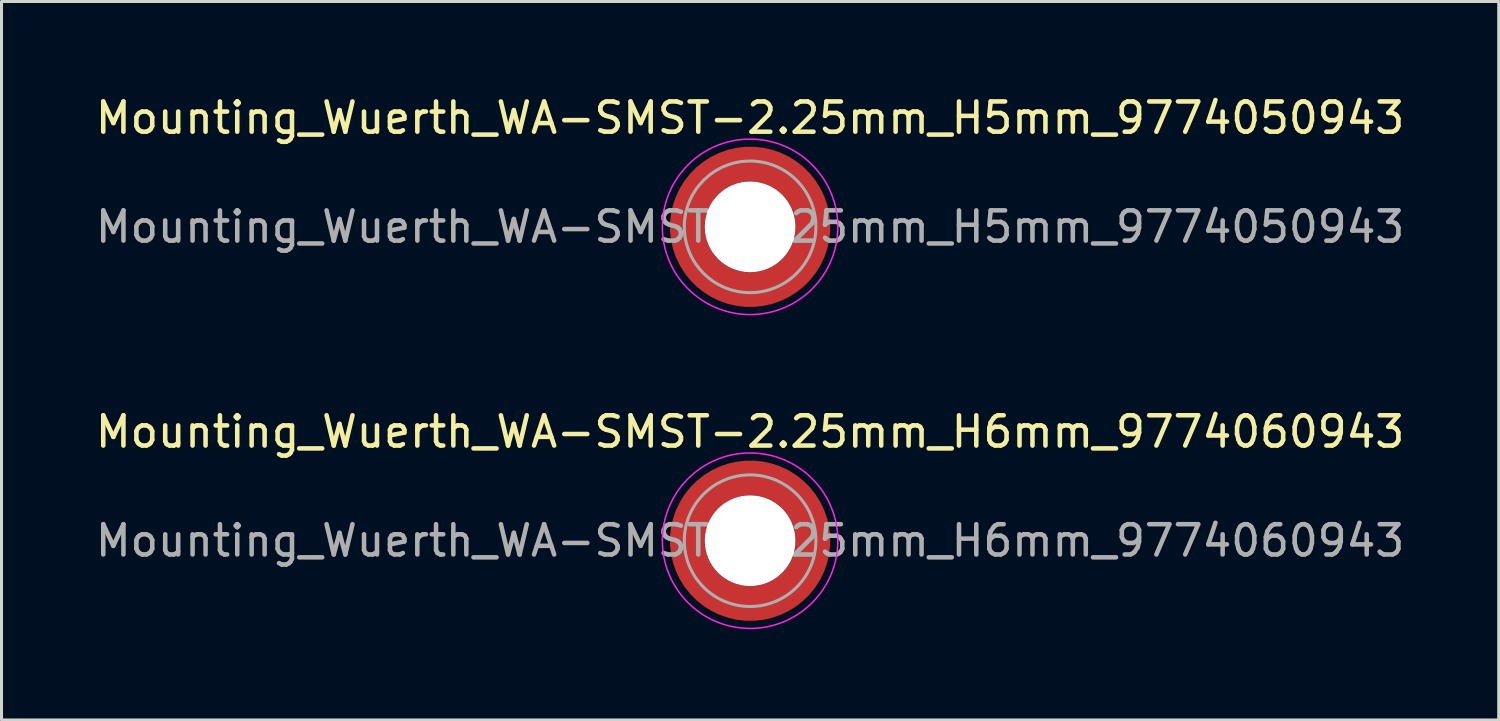
<source format=kicad_pcb>
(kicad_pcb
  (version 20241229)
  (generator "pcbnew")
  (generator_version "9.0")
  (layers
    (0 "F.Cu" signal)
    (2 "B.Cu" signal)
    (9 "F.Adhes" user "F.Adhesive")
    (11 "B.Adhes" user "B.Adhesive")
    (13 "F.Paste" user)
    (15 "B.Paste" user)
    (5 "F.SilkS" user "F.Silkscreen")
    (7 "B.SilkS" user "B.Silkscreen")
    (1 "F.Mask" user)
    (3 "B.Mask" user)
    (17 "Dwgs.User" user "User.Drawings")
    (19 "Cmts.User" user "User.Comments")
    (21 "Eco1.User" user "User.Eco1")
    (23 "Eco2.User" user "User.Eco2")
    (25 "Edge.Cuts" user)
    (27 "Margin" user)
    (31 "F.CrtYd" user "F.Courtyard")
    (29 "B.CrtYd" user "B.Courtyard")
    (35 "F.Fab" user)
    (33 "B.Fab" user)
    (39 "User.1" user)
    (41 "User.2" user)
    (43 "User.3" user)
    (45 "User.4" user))
  (footprint "Mounting_Wuerth_WA-SMST-2.25mm_H6mm_9774060943"
    (layer "F.Cu")
    (at 21.744 14.822)
    (property "Reference" "Mounting_Wuerth_WA-SMST-2.25mm_H6mm_9774060943" (at 0 -3.6 0) (layer "F.SilkS") (effects (font (size 1 1) (thickness 0.15))))
    (attr smd)
    (fp_circle (center 0 0) (end 2.9 0) (stroke (width 0.05) (type solid)) (fill no) (layer "F.CrtYd"))
    (fp_circle (center 0 0) (end 2.175 0) (stroke (width 0.1) (type solid)) (fill no) (layer "F.Fab"))
    (fp_text user "${REFERENCE}" (at 0 0 0) (layer "F.Fab") (effects (font (size 1 1) (thickness 0.15))))
    (pad "" smd custom (at -1.453 -1.453) (size 0.61 0.61) (layers "F.Paste") (options (anchor circle)) (primitives (gr_arc (start -0.147677 1.053104) (mid 0.285964 0.286792) (end 1.051968 -0.147393) (width 0.2)) (gr_arc (start -0.240295 1.053104) (mid 0.22253 0.222946) (end 1.052531 -0.24016) (width 0.2)) (gr_arc (start -0.332645 1.053104) (mid 0.158548 0.15965) (end 1.051583 -0.332304) (width 0.2)) (gr_arc (start -0.424767 1.053104) (mid 0.09486 0.096059) (end 1.051446 -0.424413) (width 0.2)) (gr_arc (start -0.516693 1.053104) (mid 0.031293 0.032346) (end 1.051645 -0.516396) (width 0.2)) (gr_arc (start -0.608448 1.053104) (mid -0.032323 -0.031316) (end 1.051707 -0.608176) (width 0.2)) (gr_arc (start -0.700056 1.053104) (mid -0.09616 -0.094758) (end 1.051155 -0.699693) (width 0.2)) (gr_arc (start -0.791534 1.053104) (mid -0.160388 -0.15781) (end 1.049515 -0.790891) (width 0.2)) (gr_arc (start -0.882896 1.053104) (mid -0.223713 -0.221764) (end 1.050388 -0.882429) (width 0.2)) (gr_arc (start -0.974157 1.053104) (mid -0.287654 -0.285101) (end 1.049541 -0.973567) (width 0.2)) (gr_line (start 1.053 -0.148) (end 1.053 -0.974) (width 0.2)) (gr_line (start -0.148 1.053) (end -0.974 1.053) (width 0.2))))
    (pad "" smd custom (at -1.453 1.453) (size 0.61 0.61) (layers "F.Paste") (options (anchor circle)) (primitives (gr_arc (start 1.053104 0.147677) (mid 0.286792 -0.285964) (end -0.147393 -1.051968) (width 0.2)) (gr_arc (start 1.053104 0.240295) (mid 0.222946 -0.22253) (end -0.24016 -1.052531) (width 0.2)) (gr_arc (start 1.053104 0.332645) (mid 0.15965 -0.158548) (end -0.332304 -1.051583) (width 0.2)) (gr_arc (start 1.053104 0.424767) (mid 0.096059 -0.09486) (end -0.424413 -1.051446) (width 0.2)) (gr_arc (start 1.053104 0.516693) (mid 0.032346 -0.031293) (end -0.516396 -1.051645) (width 0.2)) (gr_arc (start 1.053104 0.608448) (mid -0.031316 0.032323) (end -0.608176 -1.051707) (width 0.2)) (gr_arc (start 1.053104 0.700056) (mid -0.094758 0.09616) (end -0.699693 -1.051155) (width 0.2)) (gr_arc (start 1.053104 0.791534) (mid -0.15781 0.160388) (end -0.790891 -1.049515) (width 0.2)) (gr_arc (start 1.053104 0.882896) (mid -0.221764 0.223713) (end -0.882429 -1.050388) (width 0.2)) (gr_arc (start 1.053104 0.974157) (mid -0.285101 0.287654) (end -0.973567 -1.049541) (width 0.2)) (gr_line (start -0.148 -1.053) (end -0.974 -1.053) (width 0.2)) (gr_line (start 1.053 0.148) (end 1.053 0.974) (width 0.2))))
    (pad "" np_thru_hole circle (at 0 0) (size 3 3) (drill 3) (layers "*.Cu" "*.Mask"))
    (pad "" smd custom (at 1.453 -1.453) (size 0.61 0.61) (layers "F.Paste") (options (anchor circle)) (primitives (gr_arc (start -1.053104 -0.147677) (mid -0.286792 0.285964) (end 0.147393 1.051968) (width 0.2)) (gr_arc (start -1.053104 -0.240295) (mid -0.222946 0.22253) (end 0.24016 1.052531) (width 0.2)) (gr_arc (start -1.053104 -0.332645) (mid -0.15965 0.158548) (end 0.332304 1.051583) (width 0.2)) (gr_arc (start -1.053104 -0.424767) (mid -0.096059 0.09486) (end 0.424413 1.051446) (width 0.2)) (gr_arc (start -1.053104 -0.516693) (mid -0.032346 0.031293) (end 0.516396 1.051645) (width 0.2)) (gr_arc (start -1.053104 -0.608448) (mid 0.031316 -0.032323) (end 0.608176 1.051707) (width 0.2)) (gr_arc (start -1.053104 -0.700056) (mid 0.094758 -0.09616) (end 0.699693 1.051155) (width 0.2)) (gr_arc (start -1.053104 -0.791534) (mid 0.15781 -0.160388) (end 0.790891 1.049515) (width 0.2)) (gr_arc (start -1.053104 -0.882896) (mid 0.221764 -0.223713) (end 0.882429 1.050388) (width 0.2)) (gr_arc (start -1.053104 -0.974157) (mid 0.285101 -0.287654) (end 0.973567 1.049541) (width 0.2)) (gr_line (start 0.148 1.053) (end 0.974 1.053) (width 0.2)) (gr_line (start -1.053 -0.148) (end -1.053 -0.974) (width 0.2))))
    (pad "" smd custom (at 1.453 1.453) (size 0.61 0.61) (layers "F.Paste") (options (anchor circle)) (primitives (gr_arc (start 0.147677 -1.053104) (mid -0.285964 -0.286792) (end -1.051968 0.147393) (width 0.2)) (gr_arc (start 0.240295 -1.053104) (mid -0.22253 -0.222946) (end -1.052531 0.24016) (width 0.2)) (gr_arc (start 0.332645 -1.053104) (mid -0.158548 -0.15965) (end -1.051583 0.332304) (width 0.2)) (gr_arc (start 0.424767 -1.053104) (mid -0.09486 -0.096059) (end -1.051446 0.424413) (width 0.2)) (gr_arc (start 0.516693 -1.053104) (mid -0.031293 -0.032346) (end -1.051645 0.516396) (width 0.2)) (gr_arc (start 0.608448 -1.053104) (mid 0.032323 0.031316) (end -1.051707 0.608176) (width 0.2)) (gr_arc (start 0.700056 -1.053104) (mid 0.09616 0.094758) (end -1.051155 0.699693) (width 0.2)) (gr_arc (start 0.791534 -1.053104) (mid 0.160388 0.15781) (end -1.049515 0.790891) (width 0.2)) (gr_arc (start 0.882896 -1.053104) (mid 0.223713 0.221764) (end -1.050388 0.882429) (width 0.2)) (gr_arc (start 0.974157 -1.053104) (mid 0.287654 0.285101) (end -1.049541 0.973567) (width 0.2)) (gr_line (start -1.053 0.148) (end -1.053 0.974) (width 0.2)) (gr_line (start 0.148 -1.053) (end 0.974 -1.053) (width 0.2))))
    (pad "1" smd circle (at -2.075 0) (size 0.75 0.75) (layers "F.Cu"))
    (pad "1" smd circle (at 0 -2.075) (size 0.75 0.75) (layers "F.Cu"))
    (pad "1" smd circle (at 0 2.075) (size 0.75 0.75) (layers "F.Cu"))
    (pad "1" smd custom (at 2.075 0) (size 0.75 0.75) (layers "F.Cu" "F.Mask") (options (anchor circle)) (primitives (gr_circle (center -2.075 0) (end 0 0) (width 1.15) (fill no)))))
  (footprint "Mounting_Wuerth_WA-SMST-2.25mm_H5mm_9774050943"
    (layer "F.Cu")
    (at 21.744 4.448)
    (property "Reference" "Mounting_Wuerth_WA-SMST-2.25mm_H5mm_9774050943" (at 0 -3.6 0) (layer "F.SilkS") (effects (font (size 1 1) (thickness 0.15))))
    (attr smd)
    (fp_circle (center 0 0) (end 2.9 0) (stroke (width 0.05) (type solid)) (fill no) (layer "F.CrtYd"))
    (fp_circle (center 0 0) (end 2.175 0) (stroke (width 0.1) (type solid)) (fill no) (layer "F.Fab"))
    (fp_text user "${REFERENCE}" (at 0 0 0) (layer "F.Fab") (effects (font (size 1 1) (thickness 0.15))))
    (pad "" smd custom (at -1.453 -1.453) (size 0.61 0.61) (layers "F.Paste") (options (anchor circle)) (primitives (gr_arc (start -0.147677 1.053104) (mid 0.285964 0.286792) (end 1.051968 -0.147393) (width 0.2)) (gr_arc (start -0.240295 1.053104) (mid 0.22253 0.222946) (end 1.052531 -0.24016) (width 0.2)) (gr_arc (start -0.332645 1.053104) (mid 0.158548 0.15965) (end 1.051583 -0.332304) (width 0.2)) (gr_arc (start -0.424767 1.053104) (mid 0.09486 0.096059) (end 1.051446 -0.424413) (width 0.2)) (gr_arc (start -0.516693 1.053104) (mid 0.031293 0.032346) (end 1.051645 -0.516396) (width 0.2)) (gr_arc (start -0.608448 1.053104) (mid -0.032323 -0.031316) (end 1.051707 -0.608176) (width 0.2)) (gr_arc (start -0.700056 1.053104) (mid -0.09616 -0.094758) (end 1.051155 -0.699693) (width 0.2)) (gr_arc (start -0.791534 1.053104) (mid -0.160388 -0.15781) (end 1.049515 -0.790891) (width 0.2)) (gr_arc (start -0.882896 1.053104) (mid -0.223713 -0.221764) (end 1.050388 -0.882429) (width 0.2)) (gr_arc (start -0.974157 1.053104) (mid -0.287654 -0.285101) (end 1.049541 -0.973567) (width 0.2)) (gr_line (start 1.053 -0.148) (end 1.053 -0.974) (width 0.2)) (gr_line (start -0.148 1.053) (end -0.974 1.053) (width 0.2))))
    (pad "" smd custom (at -1.453 1.453) (size 0.61 0.61) (layers "F.Paste") (options (anchor circle)) (primitives (gr_arc (start 1.053104 0.147677) (mid 0.286792 -0.285964) (end -0.147393 -1.051968) (width 0.2)) (gr_arc (start 1.053104 0.240295) (mid 0.222946 -0.22253) (end -0.24016 -1.052531) (width 0.2)) (gr_arc (start 1.053104 0.332645) (mid 0.15965 -0.158548) (end -0.332304 -1.051583) (width 0.2)) (gr_arc (start 1.053104 0.424767) (mid 0.096059 -0.09486) (end -0.424413 -1.051446) (width 0.2)) (gr_arc (start 1.053104 0.516693) (mid 0.032346 -0.031293) (end -0.516396 -1.051645) (width 0.2)) (gr_arc (start 1.053104 0.608448) (mid -0.031316 0.032323) (end -0.608176 -1.051707) (width 0.2)) (gr_arc (start 1.053104 0.700056) (mid -0.094758 0.09616) (end -0.699693 -1.051155) (width 0.2)) (gr_arc (start 1.053104 0.791534) (mid -0.15781 0.160388) (end -0.790891 -1.049515) (width 0.2)) (gr_arc (start 1.053104 0.882896) (mid -0.221764 0.223713) (end -0.882429 -1.050388) (width 0.2)) (gr_arc (start 1.053104 0.974157) (mid -0.285101 0.287654) (end -0.973567 -1.049541) (width 0.2)) (gr_line (start -0.148 -1.053) (end -0.974 -1.053) (width 0.2)) (gr_line (start 1.053 0.148) (end 1.053 0.974) (width 0.2))))
    (pad "" np_thru_hole circle (at 0 0) (size 3 3) (drill 3) (layers "*.Cu" "*.Mask"))
    (pad "" smd custom (at 1.453 -1.453) (size 0.61 0.61) (layers "F.Paste") (options (anchor circle)) (primitives (gr_arc (start -1.053104 -0.147677) (mid -0.286792 0.285964) (end 0.147393 1.051968) (width 0.2)) (gr_arc (start -1.053104 -0.240295) (mid -0.222946 0.22253) (end 0.24016 1.052531) (width 0.2)) (gr_arc (start -1.053104 -0.332645) (mid -0.15965 0.158548) (end 0.332304 1.051583) (width 0.2)) (gr_arc (start -1.053104 -0.424767) (mid -0.096059 0.09486) (end 0.424413 1.051446) (width 0.2)) (gr_arc (start -1.053104 -0.516693) (mid -0.032346 0.031293) (end 0.516396 1.051645) (width 0.2)) (gr_arc (start -1.053104 -0.608448) (mid 0.031316 -0.032323) (end 0.608176 1.051707) (width 0.2)) (gr_arc (start -1.053104 -0.700056) (mid 0.094758 -0.09616) (end 0.699693 1.051155) (width 0.2)) (gr_arc (start -1.053104 -0.791534) (mid 0.15781 -0.160388) (end 0.790891 1.049515) (width 0.2)) (gr_arc (start -1.053104 -0.882896) (mid 0.221764 -0.223713) (end 0.882429 1.050388) (width 0.2)) (gr_arc (start -1.053104 -0.974157) (mid 0.285101 -0.287654) (end 0.973567 1.049541) (width 0.2)) (gr_line (start 0.148 1.053) (end 0.974 1.053) (width 0.2)) (gr_line (start -1.053 -0.148) (end -1.053 -0.974) (width 0.2))))
    (pad "" smd custom (at 1.453 1.453) (size 0.61 0.61) (layers "F.Paste") (options (anchor circle)) (primitives (gr_arc (start 0.147677 -1.053104) (mid -0.285964 -0.286792) (end -1.051968 0.147393) (width 0.2)) (gr_arc (start 0.240295 -1.053104) (mid -0.22253 -0.222946) (end -1.052531 0.24016) (width 0.2)) (gr_arc (start 0.332645 -1.053104) (mid -0.158548 -0.15965) (end -1.051583 0.332304) (width 0.2)) (gr_arc (start 0.424767 -1.053104) (mid -0.09486 -0.096059) (end -1.051446 0.424413) (width 0.2)) (gr_arc (start 0.516693 -1.053104) (mid -0.031293 -0.032346) (end -1.051645 0.516396) (width 0.2)) (gr_arc (start 0.608448 -1.053104) (mid 0.032323 0.031316) (end -1.051707 0.608176) (width 0.2)) (gr_arc (start 0.700056 -1.053104) (mid 0.09616 0.094758) (end -1.051155 0.699693) (width 0.2)) (gr_arc (start 0.791534 -1.053104) (mid 0.160388 0.15781) (end -1.049515 0.790891) (width 0.2)) (gr_arc (start 0.882896 -1.053104) (mid 0.223713 0.221764) (end -1.050388 0.882429) (width 0.2)) (gr_arc (start 0.974157 -1.053104) (mid 0.287654 0.285101) (end -1.049541 0.973567) (width 0.2)) (gr_line (start -1.053 0.148) (end -1.053 0.974) (width 0.2)) (gr_line (start 0.148 -1.053) (end 0.974 -1.053) (width 0.2))))
    (pad "1" smd circle (at -2.075 0) (size 0.75 0.75) (layers "F.Cu"))
    (pad "1" smd circle (at 0 -2.075) (size 0.75 0.75) (layers "F.Cu"))
    (pad "1" smd circle (at 0 2.075) (size 0.75 0.75) (layers "F.Cu"))
    (pad "1" smd custom (at 2.075 0) (size 0.75 0.75) (layers "F.Cu" "F.Mask") (options (anchor circle)) (primitives (gr_circle (center -2.075 0) (end 0 0) (width 1.15) (fill no)))))
  (gr_rect
    (start -3 -3)
    (end 46.488 20.747)
    (stroke (width 0.1) (type default))
    (fill no)
    (layer "Edge.Cuts")))
</source>
